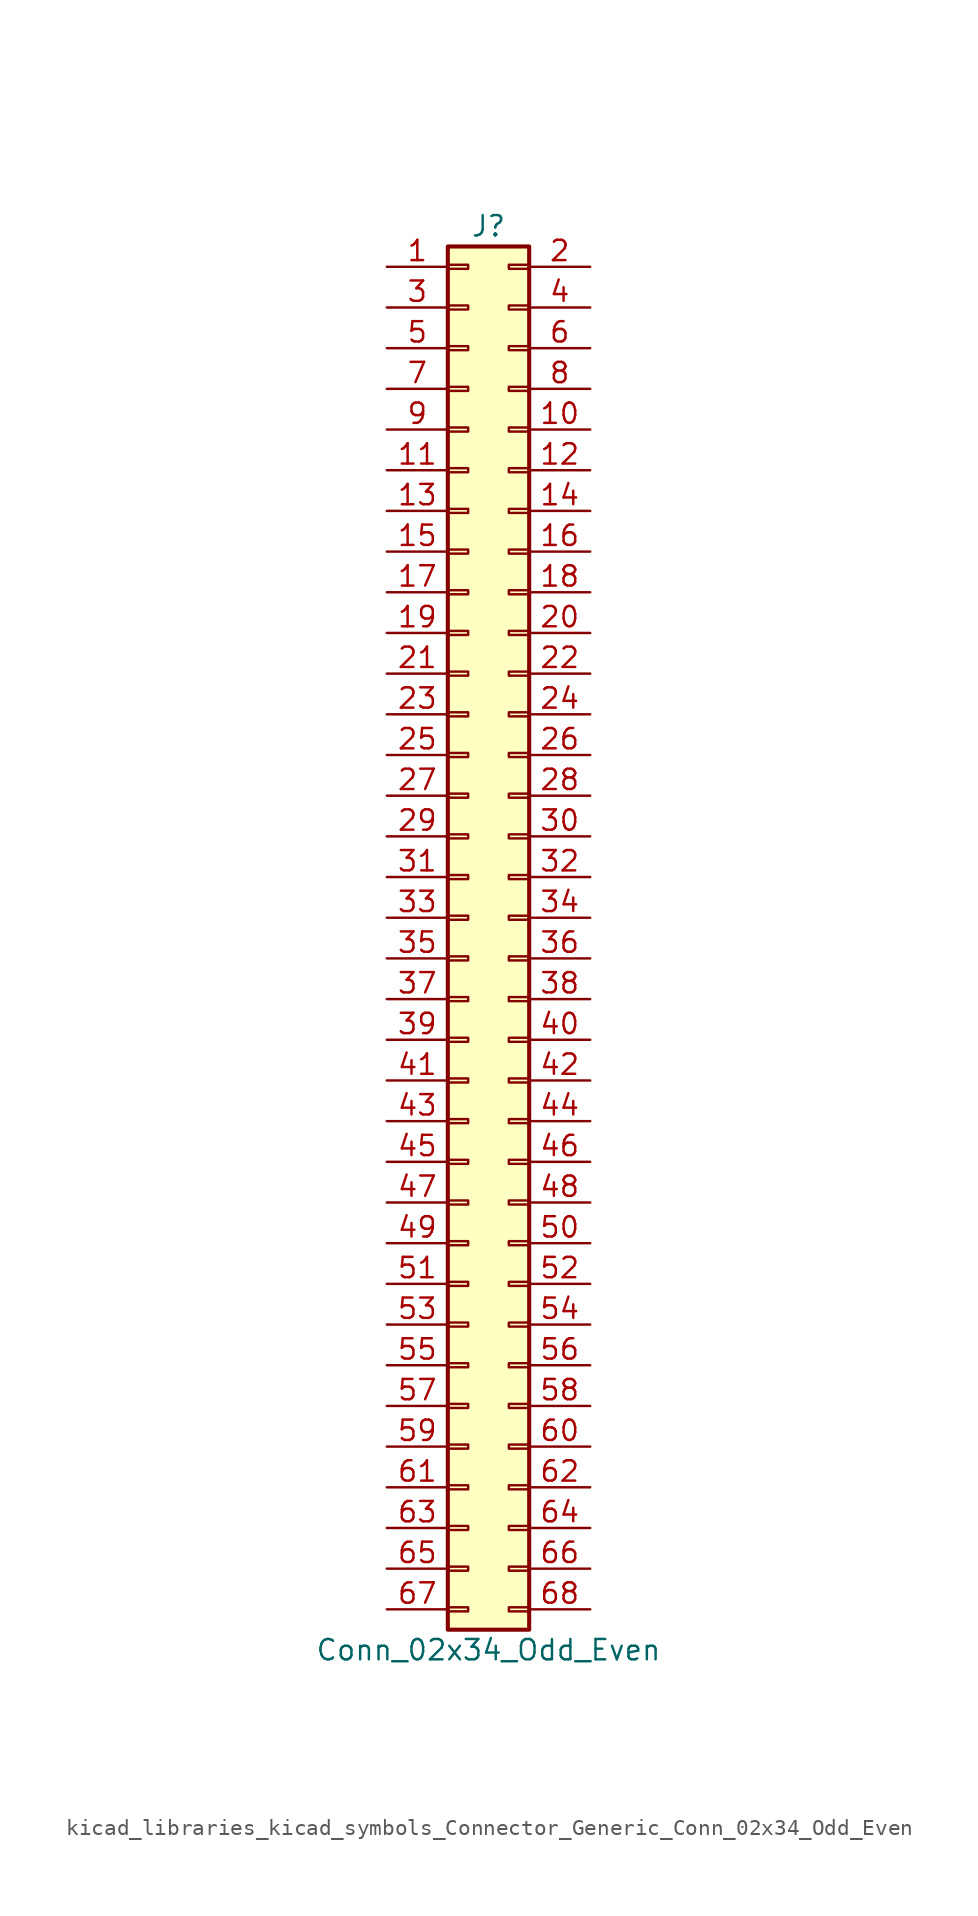
<source format=kicad_sym>
(kicad_symbol_lib
  (version 20220914)
  (generator kicad_symbol_editor)
  (symbol "kicad_libraries_kicad_symbols_Connector_Generic_Conn_02x34_Odd_Even"
    (pin_names
      (offset 1.016) hide)
    (property "Reference" "J"
      (at 1.27 43.18 0)
      (effects (font (size 1.27 1.27))))
    (property "Value" "Conn_02x34_Odd_Even"
      (at 1.27 -45.72 0)
      (effects (font (size 1.27 1.27))))
    (symbol "kicad_libraries_kicad_symbols_Connector_Generic_Conn_02x34_Odd_Even_1_1"
      (rectangle (start -1.27 -43.053) (end 0 -43.307) (stroke (width 0.152) (type default)) (fill (type none)))
      (rectangle (start -1.27 -40.513) (end 0 -40.767) (stroke (width 0.152) (type default)) (fill (type none)))
      (rectangle (start -1.27 -37.973) (end 0 -38.227) (stroke (width 0.152) (type default)) (fill (type none)))
      (rectangle (start -1.27 -35.433) (end 0 -35.687) (stroke (width 0.152) (type default)) (fill (type none)))
      (rectangle (start -1.27 -32.893) (end 0 -33.147) (stroke (width 0.152) (type default)) (fill (type none)))
      (rectangle (start -1.27 -30.353) (end 0 -30.607) (stroke (width 0.152) (type default)) (fill (type none)))
      (rectangle (start -1.27 -27.813) (end 0 -28.067) (stroke (width 0.152) (type default)) (fill (type none)))
      (rectangle (start -1.27 -25.273) (end 0 -25.527) (stroke (width 0.152) (type default)) (fill (type none)))
      (rectangle (start -1.27 -22.733) (end 0 -22.987) (stroke (width 0.152) (type default)) (fill (type none)))
      (rectangle (start -1.27 -20.193) (end 0 -20.447) (stroke (width 0.152) (type default)) (fill (type none)))
      (rectangle (start -1.27 -17.653) (end 0 -17.907) (stroke (width 0.152) (type default)) (fill (type none)))
      (rectangle (start -1.27 -15.113) (end 0 -15.367) (stroke (width 0.152) (type default)) (fill (type none)))
      (rectangle (start -1.27 -12.573) (end 0 -12.827) (stroke (width 0.152) (type default)) (fill (type none)))
      (rectangle (start -1.27 -10.033) (end 0 -10.287) (stroke (width 0.152) (type default)) (fill (type none)))
      (rectangle (start -1.27 -7.493) (end 0 -7.747) (stroke (width 0.152) (type default)) (fill (type none)))
      (rectangle (start -1.27 -4.953) (end 0 -5.207) (stroke (width 0.152) (type default)) (fill (type none)))
      (rectangle (start -1.27 -2.413) (end 0 -2.667) (stroke (width 0.152) (type default)) (fill (type none)))
      (rectangle (start -1.27 0.127) (end 0 -0.127) (stroke (width 0.152) (type default)) (fill (type none)))
      (rectangle (start -1.27 2.667) (end 0 2.413) (stroke (width 0.152) (type default)) (fill (type none)))
      (rectangle (start -1.27 5.207) (end 0 4.953) (stroke (width 0.152) (type default)) (fill (type none)))
      (rectangle (start -1.27 7.747) (end 0 7.493) (stroke (width 0.152) (type default)) (fill (type none)))
      (rectangle (start -1.27 10.287) (end 0 10.033) (stroke (width 0.152) (type default)) (fill (type none)))
      (rectangle (start -1.27 12.827) (end 0 12.573) (stroke (width 0.152) (type default)) (fill (type none)))
      (rectangle (start -1.27 15.367) (end 0 15.113) (stroke (width 0.152) (type default)) (fill (type none)))
      (rectangle (start -1.27 17.907) (end 0 17.653) (stroke (width 0.152) (type default)) (fill (type none)))
      (rectangle (start -1.27 20.447) (end 0 20.193) (stroke (width 0.152) (type default)) (fill (type none)))
      (rectangle (start -1.27 22.987) (end 0 22.733) (stroke (width 0.152) (type default)) (fill (type none)))
      (rectangle (start -1.27 25.527) (end 0 25.273) (stroke (width 0.152) (type default)) (fill (type none)))
      (rectangle (start -1.27 28.067) (end 0 27.813) (stroke (width 0.152) (type default)) (fill (type none)))
      (rectangle (start -1.27 30.607) (end 0 30.353) (stroke (width 0.152) (type default)) (fill (type none)))
      (rectangle (start -1.27 33.147) (end 0 32.893) (stroke (width 0.152) (type default)) (fill (type none)))
      (rectangle (start -1.27 35.687) (end 0 35.433) (stroke (width 0.152) (type default)) (fill (type none)))
      (rectangle (start -1.27 38.227) (end 0 37.973) (stroke (width 0.152) (type default)) (fill (type none)))
      (rectangle (start -1.27 40.767) (end 0 40.513) (stroke (width 0.152) (type default)) (fill (type none)))
      (rectangle (start -1.27 41.91) (end 3.81 -44.45) (stroke (width 0.254) (type default)) (fill (type background)))
      (rectangle (start 3.81 -43.053) (end 2.54 -43.307) (stroke (width 0.152) (type default)) (fill (type none)))
      (rectangle (start 3.81 -40.513) (end 2.54 -40.767) (stroke (width 0.152) (type default)) (fill (type none)))
      (rectangle (start 3.81 -37.973) (end 2.54 -38.227) (stroke (width 0.152) (type default)) (fill (type none)))
      (rectangle (start 3.81 -35.433) (end 2.54 -35.687) (stroke (width 0.152) (type default)) (fill (type none)))
      (rectangle (start 3.81 -32.893) (end 2.54 -33.147) (stroke (width 0.152) (type default)) (fill (type none)))
      (rectangle (start 3.81 -30.353) (end 2.54 -30.607) (stroke (width 0.152) (type default)) (fill (type none)))
      (rectangle (start 3.81 -27.813) (end 2.54 -28.067) (stroke (width 0.152) (type default)) (fill (type none)))
      (rectangle (start 3.81 -25.273) (end 2.54 -25.527) (stroke (width 0.152) (type default)) (fill (type none)))
      (rectangle (start 3.81 -22.733) (end 2.54 -22.987) (stroke (width 0.152) (type default)) (fill (type none)))
      (rectangle (start 3.81 -20.193) (end 2.54 -20.447) (stroke (width 0.152) (type default)) (fill (type none)))
      (rectangle (start 3.81 -17.653) (end 2.54 -17.907) (stroke (width 0.152) (type default)) (fill (type none)))
      (rectangle (start 3.81 -15.113) (end 2.54 -15.367) (stroke (width 0.152) (type default)) (fill (type none)))
      (rectangle (start 3.81 -12.573) (end 2.54 -12.827) (stroke (width 0.152) (type default)) (fill (type none)))
      (rectangle (start 3.81 -10.033) (end 2.54 -10.287) (stroke (width 0.152) (type default)) (fill (type none)))
      (rectangle (start 3.81 -7.493) (end 2.54 -7.747) (stroke (width 0.152) (type default)) (fill (type none)))
      (rectangle (start 3.81 -4.953) (end 2.54 -5.207) (stroke (width 0.152) (type default)) (fill (type none)))
      (rectangle (start 3.81 -2.413) (end 2.54 -2.667) (stroke (width 0.152) (type default)) (fill (type none)))
      (rectangle (start 3.81 0.127) (end 2.54 -0.127) (stroke (width 0.152) (type default)) (fill (type none)))
      (rectangle (start 3.81 2.667) (end 2.54 2.413) (stroke (width 0.152) (type default)) (fill (type none)))
      (rectangle (start 3.81 5.207) (end 2.54 4.953) (stroke (width 0.152) (type default)) (fill (type none)))
      (rectangle (start 3.81 7.747) (end 2.54 7.493) (stroke (width 0.152) (type default)) (fill (type none)))
      (rectangle (start 3.81 10.287) (end 2.54 10.033) (stroke (width 0.152) (type default)) (fill (type none)))
      (rectangle (start 3.81 12.827) (end 2.54 12.573) (stroke (width 0.152) (type default)) (fill (type none)))
      (rectangle (start 3.81 15.367) (end 2.54 15.113) (stroke (width 0.152) (type default)) (fill (type none)))
      (rectangle (start 3.81 17.907) (end 2.54 17.653) (stroke (width 0.152) (type default)) (fill (type none)))
      (rectangle (start 3.81 20.447) (end 2.54 20.193) (stroke (width 0.152) (type default)) (fill (type none)))
      (rectangle (start 3.81 22.987) (end 2.54 22.733) (stroke (width 0.152) (type default)) (fill (type none)))
      (rectangle (start 3.81 25.527) (end 2.54 25.273) (stroke (width 0.152) (type default)) (fill (type none)))
      (rectangle (start 3.81 28.067) (end 2.54 27.813) (stroke (width 0.152) (type default)) (fill (type none)))
      (rectangle (start 3.81 30.607) (end 2.54 30.353) (stroke (width 0.152) (type default)) (fill (type none)))
      (rectangle (start 3.81 33.147) (end 2.54 32.893) (stroke (width 0.152) (type default)) (fill (type none)))
      (rectangle (start 3.81 35.687) (end 2.54 35.433) (stroke (width 0.152) (type default)) (fill (type none)))
      (rectangle (start 3.81 38.227) (end 2.54 37.973) (stroke (width 0.152) (type default)) (fill (type none)))
      (rectangle (start 3.81 40.767) (end 2.54 40.513) (stroke (width 0.152) (type default)) (fill (type none)))
      (pin passive line (at -5.08 40.64 0) (length 3.81) (name "Pin_1" (effects (font (size 1.27 1.27)))) (number "1" (effects (font (size 1.27 1.27)))))
      (pin passive line (at 7.62 30.48 180) (length 3.81) (name "Pin_10" (effects (font (size 1.27 1.27)))) (number "10" (effects (font (size 1.27 1.27)))))
      (pin passive line (at -5.08 27.94 0) (length 3.81) (name "Pin_11" (effects (font (size 1.27 1.27)))) (number "11" (effects (font (size 1.27 1.27)))))
      (pin passive line (at 7.62 27.94 180) (length 3.81) (name "Pin_12" (effects (font (size 1.27 1.27)))) (number "12" (effects (font (size 1.27 1.27)))))
      (pin passive line (at -5.08 25.4 0) (length 3.81) (name "Pin_13" (effects (font (size 1.27 1.27)))) (number "13" (effects (font (size 1.27 1.27)))))
      (pin passive line (at 7.62 25.4 180) (length 3.81) (name "Pin_14" (effects (font (size 1.27 1.27)))) (number "14" (effects (font (size 1.27 1.27)))))
      (pin passive line (at -5.08 22.86 0) (length 3.81) (name "Pin_15" (effects (font (size 1.27 1.27)))) (number "15" (effects (font (size 1.27 1.27)))))
      (pin passive line (at 7.62 22.86 180) (length 3.81) (name "Pin_16" (effects (font (size 1.27 1.27)))) (number "16" (effects (font (size 1.27 1.27)))))
      (pin passive line (at -5.08 20.32 0) (length 3.81) (name "Pin_17" (effects (font (size 1.27 1.27)))) (number "17" (effects (font (size 1.27 1.27)))))
      (pin passive line (at 7.62 20.32 180) (length 3.81) (name "Pin_18" (effects (font (size 1.27 1.27)))) (number "18" (effects (font (size 1.27 1.27)))))
      (pin passive line (at -5.08 17.78 0) (length 3.81) (name "Pin_19" (effects (font (size 1.27 1.27)))) (number "19" (effects (font (size 1.27 1.27)))))
      (pin passive line (at 7.62 40.64 180) (length 3.81) (name "Pin_2" (effects (font (size 1.27 1.27)))) (number "2" (effects (font (size 1.27 1.27)))))
      (pin passive line (at 7.62 17.78 180) (length 3.81) (name "Pin_20" (effects (font (size 1.27 1.27)))) (number "20" (effects (font (size 1.27 1.27)))))
      (pin passive line (at -5.08 15.24 0) (length 3.81) (name "Pin_21" (effects (font (size 1.27 1.27)))) (number "21" (effects (font (size 1.27 1.27)))))
      (pin passive line (at 7.62 15.24 180) (length 3.81) (name "Pin_22" (effects (font (size 1.27 1.27)))) (number "22" (effects (font (size 1.27 1.27)))))
      (pin passive line (at -5.08 12.7 0) (length 3.81) (name "Pin_23" (effects (font (size 1.27 1.27)))) (number "23" (effects (font (size 1.27 1.27)))))
      (pin passive line (at 7.62 12.7 180) (length 3.81) (name "Pin_24" (effects (font (size 1.27 1.27)))) (number "24" (effects (font (size 1.27 1.27)))))
      (pin passive line (at -5.08 10.16 0) (length 3.81) (name "Pin_25" (effects (font (size 1.27 1.27)))) (number "25" (effects (font (size 1.27 1.27)))))
      (pin passive line (at 7.62 10.16 180) (length 3.81) (name "Pin_26" (effects (font (size 1.27 1.27)))) (number "26" (effects (font (size 1.27 1.27)))))
      (pin passive line (at -5.08 7.62 0) (length 3.81) (name "Pin_27" (effects (font (size 1.27 1.27)))) (number "27" (effects (font (size 1.27 1.27)))))
      (pin passive line (at 7.62 7.62 180) (length 3.81) (name "Pin_28" (effects (font (size 1.27 1.27)))) (number "28" (effects (font (size 1.27 1.27)))))
      (pin passive line (at -5.08 5.08 0) (length 3.81) (name "Pin_29" (effects (font (size 1.27 1.27)))) (number "29" (effects (font (size 1.27 1.27)))))
      (pin passive line (at -5.08 38.1 0) (length 3.81) (name "Pin_3" (effects (font (size 1.27 1.27)))) (number "3" (effects (font (size 1.27 1.27)))))
      (pin passive line (at 7.62 5.08 180) (length 3.81) (name "Pin_30" (effects (font (size 1.27 1.27)))) (number "30" (effects (font (size 1.27 1.27)))))
      (pin passive line (at -5.08 2.54 0) (length 3.81) (name "Pin_31" (effects (font (size 1.27 1.27)))) (number "31" (effects (font (size 1.27 1.27)))))
      (pin passive line (at 7.62 2.54 180) (length 3.81) (name "Pin_32" (effects (font (size 1.27 1.27)))) (number "32" (effects (font (size 1.27 1.27)))))
      (pin passive line (at -5.08 0 0) (length 3.81) (name "Pin_33" (effects (font (size 1.27 1.27)))) (number "33" (effects (font (size 1.27 1.27)))))
      (pin passive line (at 7.62 0 180) (length 3.81) (name "Pin_34" (effects (font (size 1.27 1.27)))) (number "34" (effects (font (size 1.27 1.27)))))
      (pin passive line (at -5.08 -2.54 0) (length 3.81) (name "Pin_35" (effects (font (size 1.27 1.27)))) (number "35" (effects (font (size 1.27 1.27)))))
      (pin passive line (at 7.62 -2.54 180) (length 3.81) (name "Pin_36" (effects (font (size 1.27 1.27)))) (number "36" (effects (font (size 1.27 1.27)))))
      (pin passive line (at -5.08 -5.08 0) (length 3.81) (name "Pin_37" (effects (font (size 1.27 1.27)))) (number "37" (effects (font (size 1.27 1.27)))))
      (pin passive line (at 7.62 -5.08 180) (length 3.81) (name "Pin_38" (effects (font (size 1.27 1.27)))) (number "38" (effects (font (size 1.27 1.27)))))
      (pin passive line (at -5.08 -7.62 0) (length 3.81) (name "Pin_39" (effects (font (size 1.27 1.27)))) (number "39" (effects (font (size 1.27 1.27)))))
      (pin passive line (at 7.62 38.1 180) (length 3.81) (name "Pin_4" (effects (font (size 1.27 1.27)))) (number "4" (effects (font (size 1.27 1.27)))))
      (pin passive line (at 7.62 -7.62 180) (length 3.81) (name "Pin_40" (effects (font (size 1.27 1.27)))) (number "40" (effects (font (size 1.27 1.27)))))
      (pin passive line (at -5.08 -10.16 0) (length 3.81) (name "Pin_41" (effects (font (size 1.27 1.27)))) (number "41" (effects (font (size 1.27 1.27)))))
      (pin passive line (at 7.62 -10.16 180) (length 3.81) (name "Pin_42" (effects (font (size 1.27 1.27)))) (number "42" (effects (font (size 1.27 1.27)))))
      (pin passive line (at -5.08 -12.7 0) (length 3.81) (name "Pin_43" (effects (font (size 1.27 1.27)))) (number "43" (effects (font (size 1.27 1.27)))))
      (pin passive line (at 7.62 -12.7 180) (length 3.81) (name "Pin_44" (effects (font (size 1.27 1.27)))) (number "44" (effects (font (size 1.27 1.27)))))
      (pin passive line (at -5.08 -15.24 0) (length 3.81) (name "Pin_45" (effects (font (size 1.27 1.27)))) (number "45" (effects (font (size 1.27 1.27)))))
      (pin passive line (at 7.62 -15.24 180) (length 3.81) (name "Pin_46" (effects (font (size 1.27 1.27)))) (number "46" (effects (font (size 1.27 1.27)))))
      (pin passive line (at -5.08 -17.78 0) (length 3.81) (name "Pin_47" (effects (font (size 1.27 1.27)))) (number "47" (effects (font (size 1.27 1.27)))))
      (pin passive line (at 7.62 -17.78 180) (length 3.81) (name "Pin_48" (effects (font (size 1.27 1.27)))) (number "48" (effects (font (size 1.27 1.27)))))
      (pin passive line (at -5.08 -20.32 0) (length 3.81) (name "Pin_49" (effects (font (size 1.27 1.27)))) (number "49" (effects (font (size 1.27 1.27)))))
      (pin passive line (at -5.08 35.56 0) (length 3.81) (name "Pin_5" (effects (font (size 1.27 1.27)))) (number "5" (effects (font (size 1.27 1.27)))))
      (pin passive line (at 7.62 -20.32 180) (length 3.81) (name "Pin_50" (effects (font (size 1.27 1.27)))) (number "50" (effects (font (size 1.27 1.27)))))
      (pin passive line (at -5.08 -22.86 0) (length 3.81) (name "Pin_51" (effects (font (size 1.27 1.27)))) (number "51" (effects (font (size 1.27 1.27)))))
      (pin passive line (at 7.62 -22.86 180) (length 3.81) (name "Pin_52" (effects (font (size 1.27 1.27)))) (number "52" (effects (font (size 1.27 1.27)))))
      (pin passive line (at -5.08 -25.4 0) (length 3.81) (name "Pin_53" (effects (font (size 1.27 1.27)))) (number "53" (effects (font (size 1.27 1.27)))))
      (pin passive line (at 7.62 -25.4 180) (length 3.81) (name "Pin_54" (effects (font (size 1.27 1.27)))) (number "54" (effects (font (size 1.27 1.27)))))
      (pin passive line (at -5.08 -27.94 0) (length 3.81) (name "Pin_55" (effects (font (size 1.27 1.27)))) (number "55" (effects (font (size 1.27 1.27)))))
      (pin passive line (at 7.62 -27.94 180) (length 3.81) (name "Pin_56" (effects (font (size 1.27 1.27)))) (number "56" (effects (font (size 1.27 1.27)))))
      (pin passive line (at -5.08 -30.48 0) (length 3.81) (name "Pin_57" (effects (font (size 1.27 1.27)))) (number "57" (effects (font (size 1.27 1.27)))))
      (pin passive line (at 7.62 -30.48 180) (length 3.81) (name "Pin_58" (effects (font (size 1.27 1.27)))) (number "58" (effects (font (size 1.27 1.27)))))
      (pin passive line (at -5.08 -33.02 0) (length 3.81) (name "Pin_59" (effects (font (size 1.27 1.27)))) (number "59" (effects (font (size 1.27 1.27)))))
      (pin passive line (at 7.62 35.56 180) (length 3.81) (name "Pin_6" (effects (font (size 1.27 1.27)))) (number "6" (effects (font (size 1.27 1.27)))))
      (pin passive line (at 7.62 -33.02 180) (length 3.81) (name "Pin_60" (effects (font (size 1.27 1.27)))) (number "60" (effects (font (size 1.27 1.27)))))
      (pin passive line (at -5.08 -35.56 0) (length 3.81) (name "Pin_61" (effects (font (size 1.27 1.27)))) (number "61" (effects (font (size 1.27 1.27)))))
      (pin passive line (at 7.62 -35.56 180) (length 3.81) (name "Pin_62" (effects (font (size 1.27 1.27)))) (number "62" (effects (font (size 1.27 1.27)))))
      (pin passive line (at -5.08 -38.1 0) (length 3.81) (name "Pin_63" (effects (font (size 1.27 1.27)))) (number "63" (effects (font (size 1.27 1.27)))))
      (pin passive line (at 7.62 -38.1 180) (length 3.81) (name "Pin_64" (effects (font (size 1.27 1.27)))) (number "64" (effects (font (size 1.27 1.27)))))
      (pin passive line (at -5.08 -40.64 0) (length 3.81) (name "Pin_65" (effects (font (size 1.27 1.27)))) (number "65" (effects (font (size 1.27 1.27)))))
      (pin passive line (at 7.62 -40.64 180) (length 3.81) (name "Pin_66" (effects (font (size 1.27 1.27)))) (number "66" (effects (font (size 1.27 1.27)))))
      (pin passive line (at -5.08 -43.18 0) (length 3.81) (name "Pin_67" (effects (font (size 1.27 1.27)))) (number "67" (effects (font (size 1.27 1.27)))))
      (pin passive line (at 7.62 -43.18 180) (length 3.81) (name "Pin_68" (effects (font (size 1.27 1.27)))) (number "68" (effects (font (size 1.27 1.27)))))
      (pin passive line (at -5.08 33.02 0) (length 3.81) (name "Pin_7" (effects (font (size 1.27 1.27)))) (number "7" (effects (font (size 1.27 1.27)))))
      (pin passive line (at 7.62 33.02 180) (length 3.81) (name "Pin_8" (effects (font (size 1.27 1.27)))) (number "8" (effects (font (size 1.27 1.27)))))
      (pin passive line (at -5.08 30.48 0) (length 3.81) (name "Pin_9" (effects (font (size 1.27 1.27)))) (number "9" (effects (font (size 1.27 1.27))))))))
</source>
